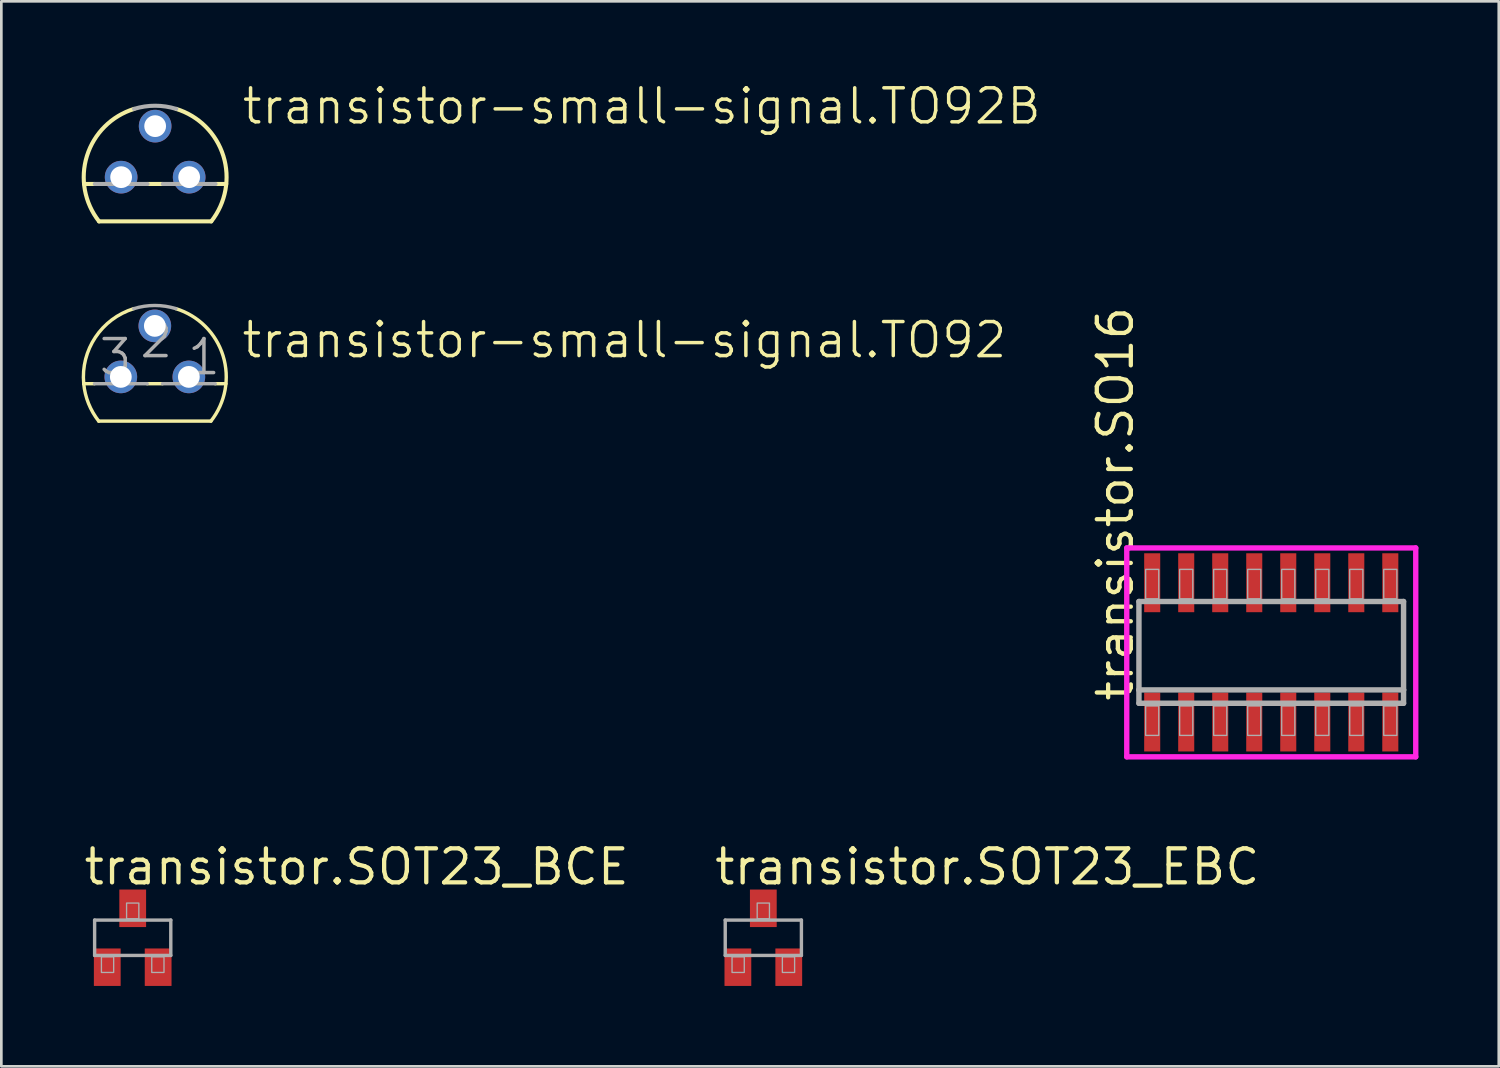
<source format=kicad_pcb>
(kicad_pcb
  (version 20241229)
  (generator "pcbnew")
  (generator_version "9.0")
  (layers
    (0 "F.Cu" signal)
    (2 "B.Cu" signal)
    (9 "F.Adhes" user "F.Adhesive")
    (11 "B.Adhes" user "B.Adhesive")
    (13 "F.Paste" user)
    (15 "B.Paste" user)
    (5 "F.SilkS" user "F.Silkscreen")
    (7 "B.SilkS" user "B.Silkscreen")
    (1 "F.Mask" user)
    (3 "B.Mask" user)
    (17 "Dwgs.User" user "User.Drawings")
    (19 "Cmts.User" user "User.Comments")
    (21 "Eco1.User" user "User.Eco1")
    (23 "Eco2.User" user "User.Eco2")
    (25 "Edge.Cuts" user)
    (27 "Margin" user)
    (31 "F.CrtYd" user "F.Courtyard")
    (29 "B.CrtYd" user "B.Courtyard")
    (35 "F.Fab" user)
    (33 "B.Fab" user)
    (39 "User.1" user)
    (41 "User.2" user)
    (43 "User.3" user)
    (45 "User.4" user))
  (footprint "transistor.SOT23_EBC"
    (layer "F.Cu")
    (at 25.451 31.964)
    (property "Reference" "transistor.SOT23_EBC" (at -1.905 -1.905 0) (layer "F.SilkS") (effects (font (size 1.27 1.27) (thickness 0.16)) (justify left bottom)))
    (attr smd)
    (fp_line (start -1.422 -0.66) (end 1.422 -0.66) (stroke (width 0.127) (type default)) (layer "F.Fab"))
    (fp_line (start -1.422 0.66) (end -1.422 -0.66) (stroke (width 0.127) (type default)) (layer "F.Fab"))
    (fp_line (start 1.422 -0.66) (end 1.422 0.66) (stroke (width 0.127) (type default)) (layer "F.Fab"))
    (fp_line (start 1.422 0.66) (end -1.422 0.66) (stroke (width 0.127) (type default)) (layer "F.Fab"))
    (fp_rect (start -1.168 1.295) (end -0.711 0.711) (stroke (width 0.05) (type default)) (fill no) (layer "F.Fab"))
    (fp_rect (start -0.229 -0.711) (end 0.229 -1.295) (stroke (width 0.05) (type default)) (fill no) (layer "F.Fab"))
    (fp_rect (start 0.711 1.295) (end 1.168 0.711) (stroke (width 0.05) (type default)) (fill no) (layer "F.Fab"))
    (pad "B" smd roundrect (at 0.95 1.1) (size 1 1.4) (layers "F.Cu" "F.Mask" "F.Paste") (roundrect_rratio 0.01))
    (pad "C" smd roundrect (at 0 -1.1) (size 1 1.4) (layers "F.Cu" "F.Mask" "F.Paste") (roundrect_rratio 0.01))
    (pad "E" smd roundrect (at -0.95 1.1) (size 1 1.4) (layers "F.Cu" "F.Mask" "F.Paste") (roundrect_rratio 0.01)))
  (footprint "transistor.SOT23_BCE"
    (layer "F.Cu")
    (at 1.905 31.964)
    (property "Reference" "transistor.SOT23_BCE" (at -1.905 -1.905 0) (layer "F.SilkS") (effects (font (size 1.27 1.27) (thickness 0.16)) (justify left bottom)))
    (attr smd)
    (fp_line (start -1.422 -0.66) (end 1.422 -0.66) (stroke (width 0.127) (type default)) (layer "F.Fab"))
    (fp_line (start -1.422 0.66) (end -1.422 -0.66) (stroke (width 0.127) (type default)) (layer "F.Fab"))
    (fp_line (start 1.422 -0.66) (end 1.422 0.66) (stroke (width 0.127) (type default)) (layer "F.Fab"))
    (fp_line (start 1.422 0.66) (end -1.422 0.66) (stroke (width 0.127) (type default)) (layer "F.Fab"))
    (fp_rect (start -1.168 1.295) (end -0.711 0.711) (stroke (width 0.05) (type default)) (fill no) (layer "F.Fab"))
    (fp_rect (start -0.229 -0.711) (end 0.229 -1.295) (stroke (width 0.05) (type default)) (fill no) (layer "F.Fab"))
    (fp_rect (start 0.711 1.295) (end 1.168 0.711) (stroke (width 0.05) (type default)) (fill no) (layer "F.Fab"))
    (pad "B" smd roundrect (at -0.95 1.1) (size 1 1.4) (layers "F.Cu" "F.Mask" "F.Paste") (roundrect_rratio 0.01))
    (pad "C" smd roundrect (at 0.95 1.1) (size 1 1.4) (layers "F.Cu" "F.Mask" "F.Paste") (roundrect_rratio 0.01))
    (pad "E" smd roundrect (at 0 -1.1) (size 1 1.4) (layers "F.Cu" "F.Mask" "F.Paste") (roundrect_rratio 0.01)))
  (footprint "transistor-small-signal.TO92"
    (layer "F.Cu")
    (at 2.731 11.023)
    (property "Reference" "transistor-small-signal.TO92" (at 3.175 -0.635 0) (layer "F.SilkS") (effects (font (size 1.27 1.27) (thickness 0.13)) (justify left bottom)))
    (attr through_hole)
    (fp_line (start -2.655 0.254) (end -2.254 0.254) (stroke (width 0.127) (type default)) (layer "F.SilkS"))
    (fp_line (start -2.095 1.651) (end 2.095 1.651) (stroke (width 0.127) (type default)) (layer "F.SilkS"))
    (fp_line (start -0.286 0.254) (end 0.286 0.254) (stroke (width 0.127) (type default)) (layer "F.SilkS"))
    (fp_line (start 2.254 0.254) (end 2.655 0.254) (stroke (width 0.127) (type default)) (layer "F.SilkS"))
    (fp_arc (start -2.6549 0.254) (mid -2.219001 -1.479565) (end -0.7863 -2.5485) (stroke (width 0.127) (type default)) (layer "F.SilkS"))
    (fp_arc (start -2.0946 1.651) (mid -2.475346 0.992847) (end -2.6549 0.254) (stroke (width 0.127) (type default)) (layer "F.SilkS"))
    (fp_arc (start 0.7863 -2.5484) (mid 2.546276 -0.793203) (end 2.0945 1.651) (stroke (width 0.127) (type default)) (layer "F.SilkS"))
    (fp_line (start -2.254 0.254) (end -0.286 0.254) (stroke (width 0.127) (type default)) (layer "F.Fab"))
    (fp_line (start 0.286 0.254) (end 2.254 0.254) (stroke (width 0.127) (type default)) (layer "F.Fab"))
    (fp_arc (start -0.7863 -2.5485) (mid 0 -2.667043) (end 0.7863 -2.5485) (stroke (width 0.127) (type default)) (layer "F.Fab"))
    (fp_text user "1" (at 1.143 0 0) (layer "F.Fab") (effects (font (size 1.27 1.27) (thickness 0.13)) (justify left bottom)))
    (fp_text user "2" (at -0.635 -0.635 0) (layer "F.Fab") (effects (font (size 1.27 1.27) (thickness 0.13)) (justify left bottom)))
    (fp_text user "3" (at -2.159 0 0) (layer "F.Fab") (effects (font (size 1.27 1.27) (thickness 0.13)) (justify left bottom)))
    (pad "1" thru_hole circle (at 1.27 0) (size 1.219 1.219) (drill 0.813) (layers "*.Cu" "*.Mask"))
    (pad "2" thru_hole circle (at 0 -1.905) (size 1.219 1.219) (drill 0.813) (layers "*.Cu" "*.Mask"))
    (pad "3" thru_hole circle (at -1.27 0) (size 1.219 1.219) (drill 0.813) (layers "*.Cu" "*.Mask")))
  (footprint "transistor.SO16"
    (layer "F.Cu")
    (at 44.416 21.309)
    (property "Reference" "transistor.SO16" (at -5.08 1.905 90) (layer "F.SilkS") (effects (font (size 1.27 1.27) (thickness 0.16)) (justify left bottom)))
    (attr smd)
    (fp_line (start -5.395 -3.9) (end 5.395 -3.9) (stroke (width 0.2) (type default)) (layer "F.CrtYd"))
    (fp_line (start -5.395 3.9) (end -5.395 -3.9) (stroke (width 0.2) (type default)) (layer "F.CrtYd"))
    (fp_line (start 5.395 -3.9) (end 5.395 3.9) (stroke (width 0.2) (type default)) (layer "F.CrtYd"))
    (fp_line (start 5.395 3.9) (end -5.395 3.9) (stroke (width 0.2) (type default)) (layer "F.CrtYd"))
    (fp_line (start -4.94 -1.9) (end 4.94 -1.9) (stroke (width 0.203) (type default)) (layer "F.Fab"))
    (fp_line (start -4.94 1.4) (end -4.94 -1.9) (stroke (width 0.203) (type default)) (layer "F.Fab"))
    (fp_line (start -4.94 1.9) (end -4.94 1.4) (stroke (width 0.203) (type default)) (layer "F.Fab"))
    (fp_line (start 4.94 -1.9) (end 4.94 1.4) (stroke (width 0.203) (type default)) (layer "F.Fab"))
    (fp_line (start 4.94 1.4) (end -4.94 1.4) (stroke (width 0.203) (type default)) (layer "F.Fab"))
    (fp_line (start 4.94 1.4) (end 4.94 1.9) (stroke (width 0.203) (type default)) (layer "F.Fab"))
    (fp_line (start 4.94 1.9) (end -4.94 1.9) (stroke (width 0.203) (type default)) (layer "F.Fab"))
    (fp_rect (start -4.69 -2) (end -4.2 -3.1) (stroke (width 0.05) (type default)) (fill no) (layer "F.Fab"))
    (fp_rect (start -4.69 3.1) (end -4.2 2) (stroke (width 0.05) (type default)) (fill no) (layer "F.Fab"))
    (fp_rect (start -3.42 -2) (end -2.93 -3.1) (stroke (width 0.05) (type default)) (fill no) (layer "F.Fab"))
    (fp_rect (start -3.42 3.1) (end -2.93 2) (stroke (width 0.05) (type default)) (fill no) (layer "F.Fab"))
    (fp_rect (start -2.15 -2) (end -1.66 -3.1) (stroke (width 0.05) (type default)) (fill no) (layer "F.Fab"))
    (fp_rect (start -2.15 3.1) (end -1.66 2) (stroke (width 0.05) (type default)) (fill no) (layer "F.Fab"))
    (fp_rect (start -0.88 -2) (end -0.39 -3.1) (stroke (width 0.05) (type default)) (fill no) (layer "F.Fab"))
    (fp_rect (start -0.88 3.1) (end -0.39 2) (stroke (width 0.05) (type default)) (fill no) (layer "F.Fab"))
    (fp_rect (start 0.39 -2) (end 0.88 -3.1) (stroke (width 0.05) (type default)) (fill no) (layer "F.Fab"))
    (fp_rect (start 0.39 3.1) (end 0.88 2) (stroke (width 0.05) (type default)) (fill no) (layer "F.Fab"))
    (fp_rect (start 1.66 -2) (end 2.15 -3.1) (stroke (width 0.05) (type default)) (fill no) (layer "F.Fab"))
    (fp_rect (start 1.66 3.1) (end 2.15 2) (stroke (width 0.05) (type default)) (fill no) (layer "F.Fab"))
    (fp_rect (start 2.93 -2) (end 3.42 -3.1) (stroke (width 0.05) (type default)) (fill no) (layer "F.Fab"))
    (fp_rect (start 2.93 3.1) (end 3.42 2) (stroke (width 0.05) (type default)) (fill no) (layer "F.Fab"))
    (fp_rect (start 4.2 -2) (end 4.69 -3.1) (stroke (width 0.05) (type default)) (fill no) (layer "F.Fab"))
    (fp_rect (start 4.2 3.1) (end 4.69 2) (stroke (width 0.05) (type default)) (fill no) (layer "F.Fab"))
    (pad "1" smd roundrect (at -4.445 2.6) (size 0.6 2.2) (layers "F.Cu" "F.Mask" "F.Paste") (roundrect_rratio 0.01))
    (pad "2" smd roundrect (at -3.175 2.6) (size 0.6 2.2) (layers "F.Cu" "F.Mask" "F.Paste") (roundrect_rratio 0.01))
    (pad "3" smd roundrect (at -1.905 2.6) (size 0.6 2.2) (layers "F.Cu" "F.Mask" "F.Paste") (roundrect_rratio 0.01))
    (pad "4" smd roundrect (at -0.635 2.6) (size 0.6 2.2) (layers "F.Cu" "F.Mask" "F.Paste") (roundrect_rratio 0.01))
    (pad "5" smd roundrect (at 0.635 2.6) (size 0.6 2.2) (layers "F.Cu" "F.Mask" "F.Paste") (roundrect_rratio 0.01))
    (pad "6" smd roundrect (at 1.905 2.6) (size 0.6 2.2) (layers "F.Cu" "F.Mask" "F.Paste") (roundrect_rratio 0.01))
    (pad "7" smd roundrect (at 3.175 2.6) (size 0.6 2.2) (layers "F.Cu" "F.Mask" "F.Paste") (roundrect_rratio 0.01))
    (pad "8" smd roundrect (at 4.445 2.6) (size 0.6 2.2) (layers "F.Cu" "F.Mask" "F.Paste") (roundrect_rratio 0.01))
    (pad "9" smd roundrect (at 4.445 -2.6) (size 0.6 2.2) (layers "F.Cu" "F.Mask" "F.Paste") (roundrect_rratio 0.01))
    (pad "10" smd roundrect (at 3.175 -2.6) (size 0.6 2.2) (layers "F.Cu" "F.Mask" "F.Paste") (roundrect_rratio 0.01))
    (pad "11" smd roundrect (at 1.905 -2.6) (size 0.6 2.2) (layers "F.Cu" "F.Mask" "F.Paste") (roundrect_rratio 0.01))
    (pad "12" smd roundrect (at 0.635 -2.6) (size 0.6 2.2) (layers "F.Cu" "F.Mask" "F.Paste") (roundrect_rratio 0.01))
    (pad "13" smd roundrect (at -0.635 -2.6) (size 0.6 2.2) (layers "F.Cu" "F.Mask" "F.Paste") (roundrect_rratio 0.01))
    (pad "14" smd roundrect (at -1.905 -2.6) (size 0.6 2.2) (layers "F.Cu" "F.Mask" "F.Paste") (roundrect_rratio 0.01))
    (pad "15" smd roundrect (at -3.175 -2.6) (size 0.6 2.2) (layers "F.Cu" "F.Mask" "F.Paste") (roundrect_rratio 0.01))
    (pad "16" smd roundrect (at -4.445 -2.6) (size 0.6 2.2) (layers "F.Cu" "F.Mask" "F.Paste") (roundrect_rratio 0.01)))
  (footprint "transistor-small-signal.TO92B"
    (layer "F.Cu")
    (at 2.743 3.565)
    (property "Reference" "transistor-small-signal.TO92B" (at 3.175 -1.905 0) (layer "F.SilkS") (effects (font (size 1.27 1.27) (thickness 0.13)) (justify left bottom)))
    (attr through_hole)
    (fp_line (start -2.655 0.254) (end -2.254 0.254) (stroke (width 0.152) (type default)) (layer "F.SilkS"))
    (fp_line (start -2.095 1.651) (end 2.095 1.651) (stroke (width 0.152) (type default)) (layer "F.SilkS"))
    (fp_line (start -0.286 0.254) (end 0.286 0.254) (stroke (width 0.152) (type default)) (layer "F.SilkS"))
    (fp_line (start 2.254 0.254) (end 2.655 0.254) (stroke (width 0.152) (type default)) (layer "F.SilkS"))
    (fp_arc (start -2.0946 1.651) (mid -2.54634 -0.793276) (end -0.7863 -2.5485) (stroke (width 0.1524) (type default)) (layer "F.SilkS"))
    (fp_arc (start 0.7868 -2.5484) (mid 2.546776 -0.793203) (end 2.095 1.651) (stroke (width 0.1524) (type default)) (layer "F.SilkS"))
    (fp_line (start -2.254 0.254) (end -0.286 0.254) (stroke (width 0.152) (type default)) (layer "F.Fab"))
    (fp_line (start 0.286 0.254) (end 2.254 0.254) (stroke (width 0.152) (type default)) (layer "F.Fab"))
    (fp_arc (start -0.7863 -2.5485) (mid 0 -2.667043) (end 0.7863 -2.5485) (stroke (width 0.1524) (type default)) (layer "F.Fab"))
    (pad "B" thru_hole circle (at -1.27 0) (size 1.219 1.219) (drill 0.813) (layers "*.Cu" "*.Mask"))
    (pad "C" thru_hole circle (at 1.27 0) (size 1.219 1.219) (drill 0.813) (layers "*.Cu" "*.Mask"))
    (pad "E" thru_hole circle (at 0 -1.905) (size 1.219 1.219) (drill 0.813) (layers "*.Cu" "*.Mask")))
  (gr_rect
    (start -3 -3)
    (end 52.911 36.764)
    (stroke (width 0.1) (type default))
    (fill no)
    (layer "Edge.Cuts")))
</source>
